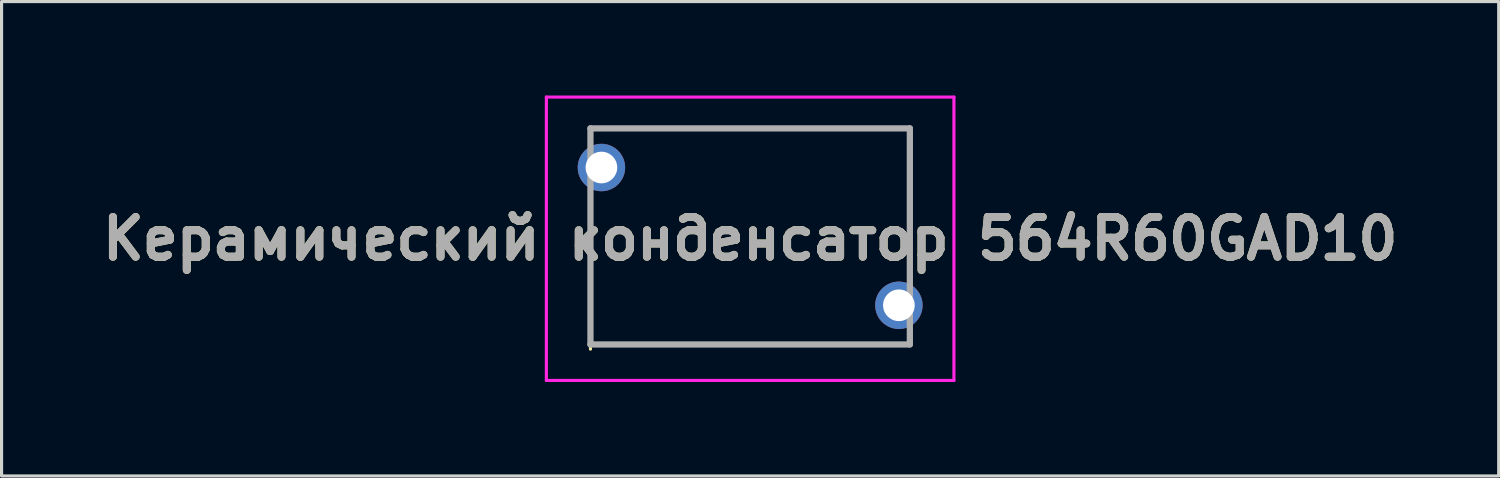
<source format=kicad_pcb>
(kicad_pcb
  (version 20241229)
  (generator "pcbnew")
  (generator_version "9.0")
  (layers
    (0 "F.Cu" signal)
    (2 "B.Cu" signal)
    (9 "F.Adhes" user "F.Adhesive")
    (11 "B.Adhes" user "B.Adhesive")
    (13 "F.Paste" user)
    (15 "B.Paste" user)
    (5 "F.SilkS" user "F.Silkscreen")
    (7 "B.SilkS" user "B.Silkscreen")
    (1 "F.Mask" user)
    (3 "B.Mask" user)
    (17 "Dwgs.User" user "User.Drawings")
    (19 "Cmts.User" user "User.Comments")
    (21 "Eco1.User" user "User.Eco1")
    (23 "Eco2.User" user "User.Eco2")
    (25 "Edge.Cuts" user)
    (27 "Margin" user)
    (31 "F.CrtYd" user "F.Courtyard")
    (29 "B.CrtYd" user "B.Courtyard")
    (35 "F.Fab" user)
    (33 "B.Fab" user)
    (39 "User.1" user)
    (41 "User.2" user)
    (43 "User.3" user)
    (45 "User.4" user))
  (footprint "Керамический конденсатор 564R60GAD10"
    (layer "F.Cu")
    (at 16.157 2.3)
    (property "Reference" "Керамический конденсатор 564R60GAD10" (at 4.75 2.275 0) (layer "F.SilkS") (effects (font (size 1.27 1.27) (thickness 0.254))))
    (attr through_hole)
    (fp_line (start -0.35 -1.25) (end 9.85 -1.25) (stroke (width 0.1) (type solid)) (layer "F.SilkS"))
    (fp_line (start -0.35 1.3) (end -0.35 5.8) (stroke (width 0.1) (type solid)) (layer "F.SilkS"))
    (fp_line (start -0.35 5.65) (end 9.85 5.65) (stroke (width 0.1) (type solid)) (layer "F.SilkS"))
    (fp_line (start 9.85 -1.25) (end 9.85 3.1) (stroke (width 0.1) (type solid)) (layer "F.SilkS"))
    (fp_line (start -1.758 -2.25) (end 11.258 -2.25) (stroke (width 0.1) (type solid)) (layer "F.CrtYd"))
    (fp_line (start -1.758 6.8) (end -1.758 -2.25) (stroke (width 0.1) (type solid)) (layer "F.CrtYd"))
    (fp_line (start 11.258 -2.25) (end 11.258 6.8) (stroke (width 0.1) (type solid)) (layer "F.CrtYd"))
    (fp_line (start 11.258 6.8) (end -1.758 6.8) (stroke (width 0.1) (type solid)) (layer "F.CrtYd"))
    (fp_line (start -0.35 -1.25) (end 9.85 -1.25) (stroke (width 0.2) (type solid)) (layer "F.Fab"))
    (fp_line (start -0.35 5.65) (end -0.35 -1.25) (stroke (width 0.2) (type solid)) (layer "F.Fab"))
    (fp_line (start 9.85 -1.25) (end 9.85 5.65) (stroke (width 0.2) (type solid)) (layer "F.Fab"))
    (fp_line (start 9.85 5.65) (end -0.35 5.65) (stroke (width 0.2) (type solid)) (layer "F.Fab"))
    (fp_text user "${REFERENCE}" (at 4.75 2.275 0) (layer "F.Fab") (effects (font (size 1.27 1.27) (thickness 0.254))))
    (pad "1" thru_hole circle (at 0 0) (size 1.515 1.515) (drill 1.01) (layers "*.Cu" "*.Mask"))
    (pad "2" thru_hole circle (at 9.5 4.4) (size 1.515 1.515) (drill 1.01) (layers "*.Cu" "*.Mask")))
  (gr_rect
    (start -3 -3)
    (end 44.813 12.15)
    (stroke (width 0.1) (type default))
    (fill no)
    (layer "Edge.Cuts")))
</source>
